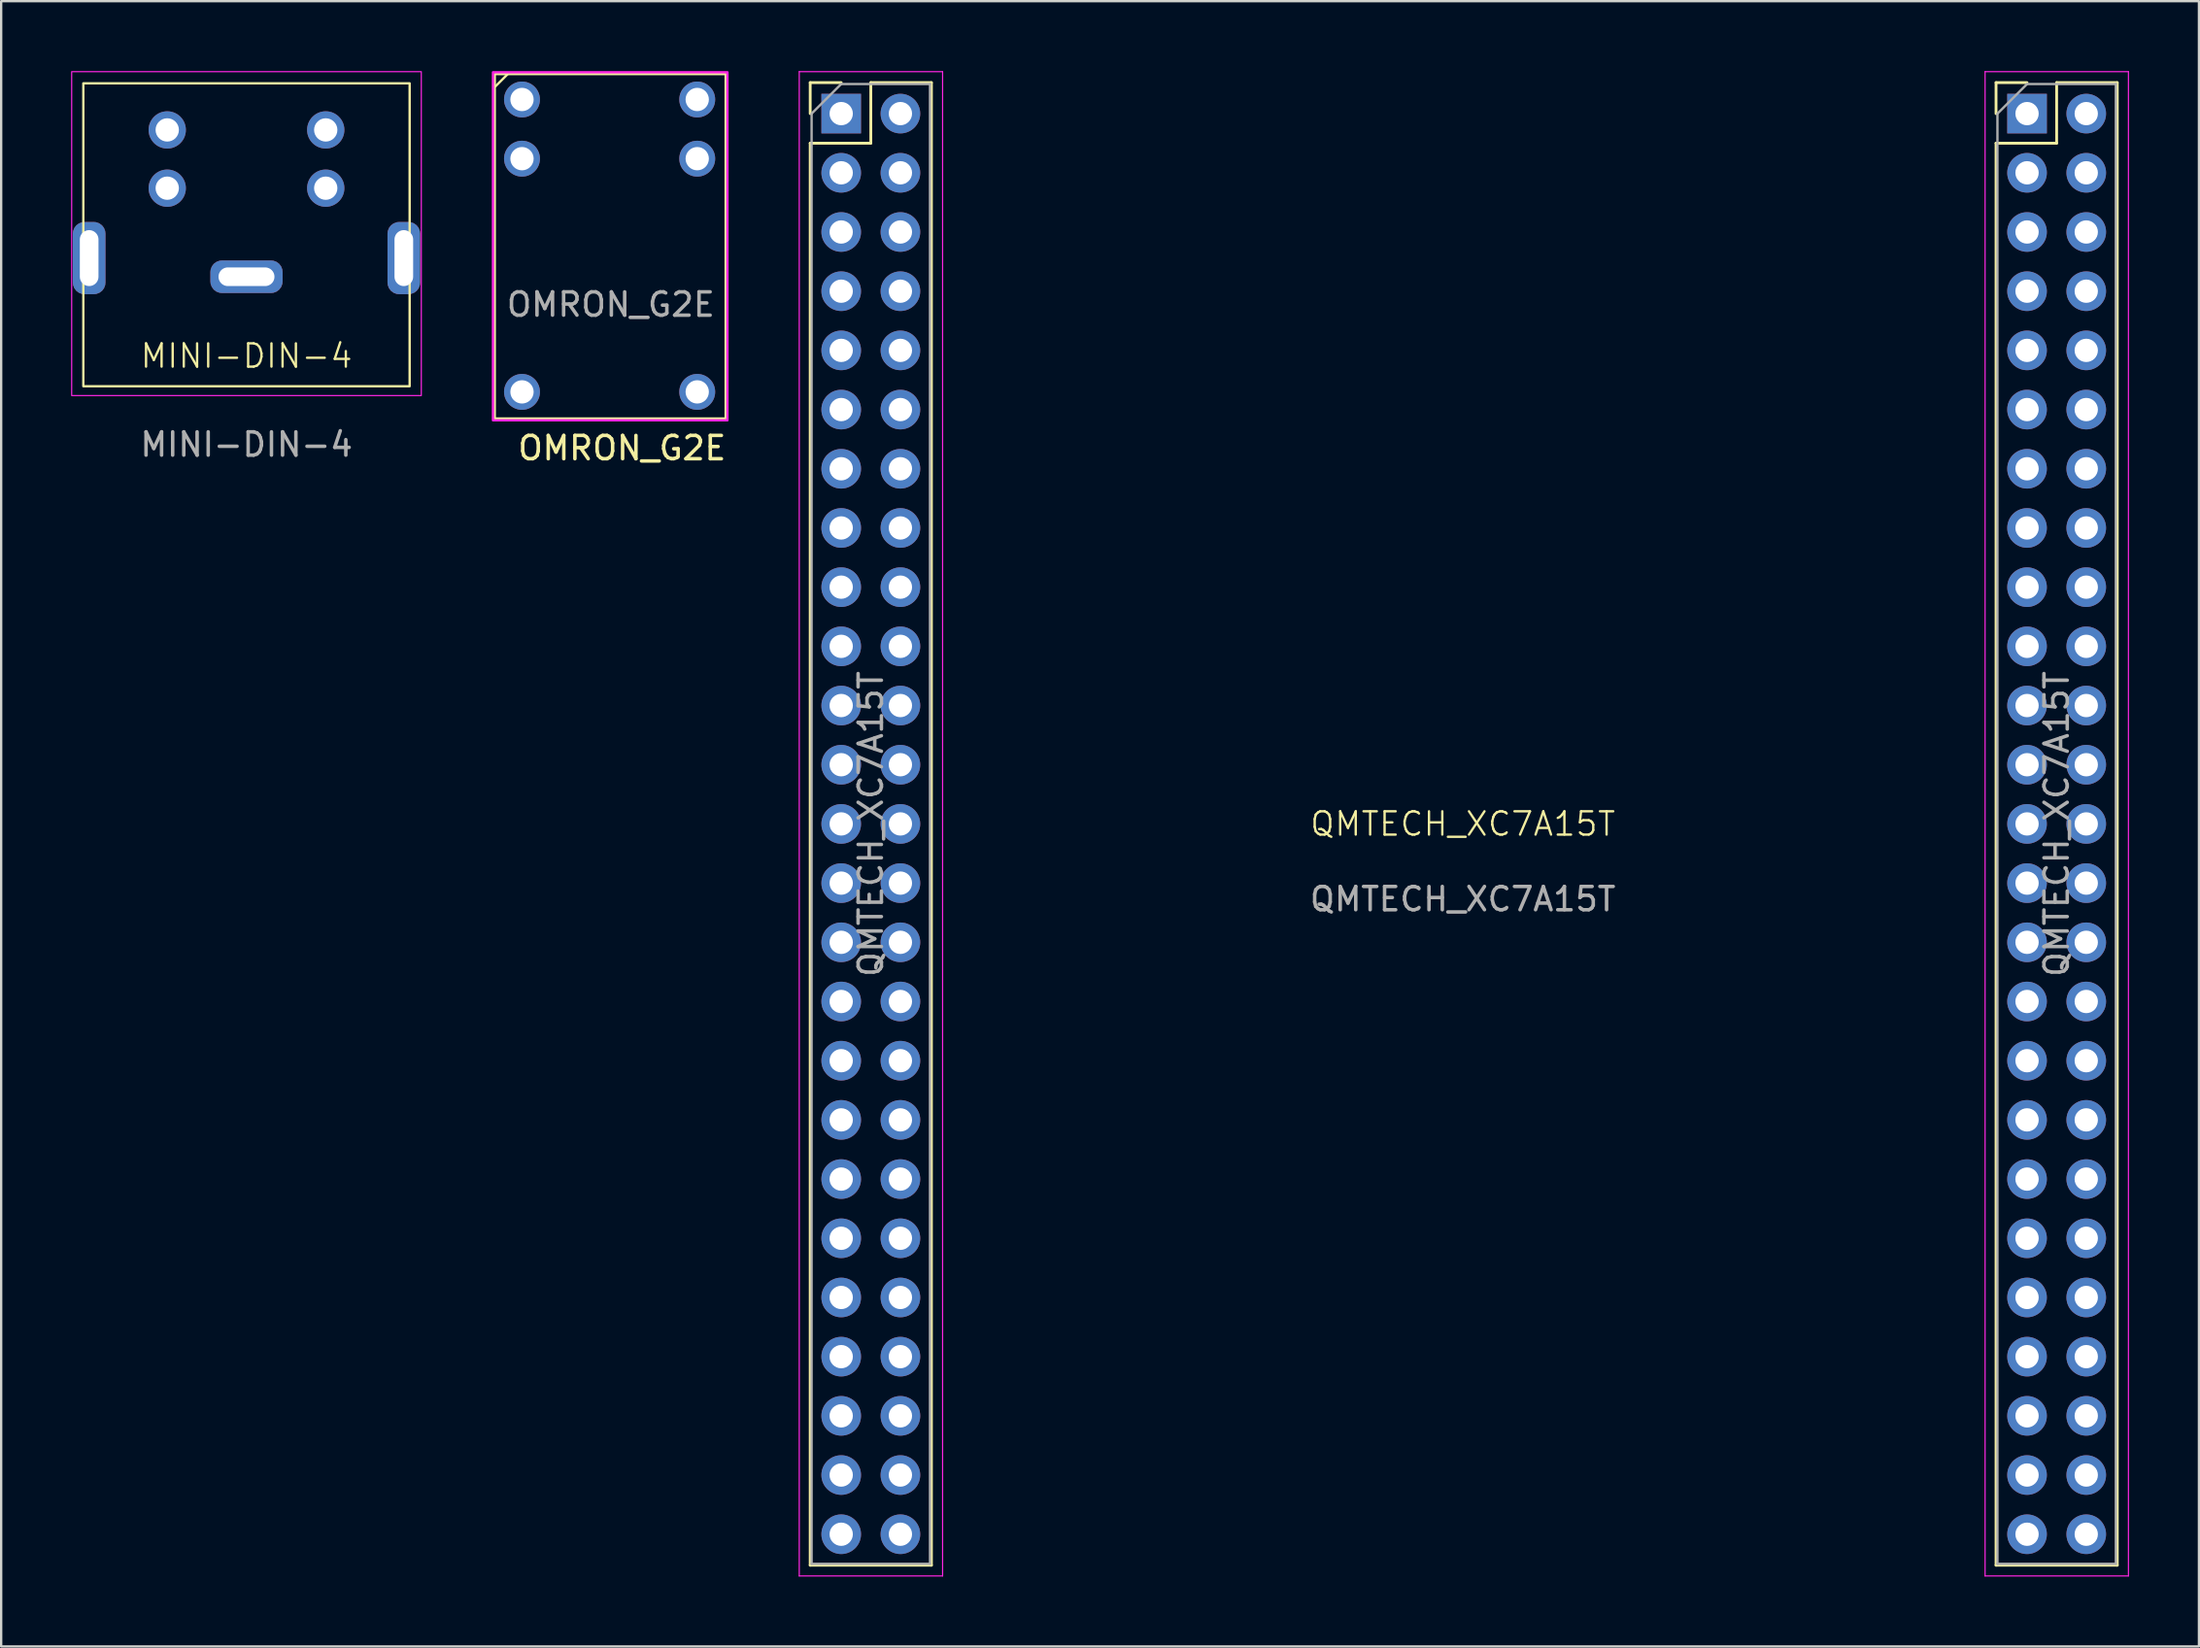
<source format=kicad_pcb>
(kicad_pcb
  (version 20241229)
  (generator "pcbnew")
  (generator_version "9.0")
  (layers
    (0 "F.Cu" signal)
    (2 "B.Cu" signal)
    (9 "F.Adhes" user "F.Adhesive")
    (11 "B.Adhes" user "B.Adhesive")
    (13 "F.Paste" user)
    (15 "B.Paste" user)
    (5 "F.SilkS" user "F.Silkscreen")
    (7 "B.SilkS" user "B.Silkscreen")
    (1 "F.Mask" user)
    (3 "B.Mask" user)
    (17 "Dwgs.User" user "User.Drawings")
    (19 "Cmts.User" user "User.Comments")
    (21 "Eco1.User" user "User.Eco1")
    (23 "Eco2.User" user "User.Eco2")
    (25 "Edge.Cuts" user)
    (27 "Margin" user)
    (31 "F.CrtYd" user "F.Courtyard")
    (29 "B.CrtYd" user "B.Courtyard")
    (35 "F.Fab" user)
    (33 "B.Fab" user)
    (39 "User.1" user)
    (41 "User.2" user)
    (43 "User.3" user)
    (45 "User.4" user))
  (footprint "QMTECH_XC7A15T"
    (layer "F.Cu")
    (at 59.71 32.305)
    (property "Reference" "QMTECH_XC7A15T" (at 0 0 0) (unlocked yes) (layer "F.SilkS") (effects (font (size 1 1) (thickness 0.1))))
    (attr through_hole)
    (fp_line (start -28 -31.81) (end -26.67 -31.81) (stroke (width 0.12) (type solid)) (layer "F.SilkS"))
    (fp_line (start -28 -30.48) (end -28 -31.81) (stroke (width 0.12) (type solid)) (layer "F.SilkS"))
    (fp_line (start -28 -29.21) (end -28 31.81) (stroke (width 0.12) (type solid)) (layer "F.SilkS"))
    (fp_line (start -28 -29.21) (end -25.4 -29.21) (stroke (width 0.12) (type solid)) (layer "F.SilkS"))
    (fp_line (start -28 31.81) (end -22.8 31.81) (stroke (width 0.12) (type solid)) (layer "F.SilkS"))
    (fp_line (start -25.4 -31.81) (end -22.8 -31.81) (stroke (width 0.12) (type solid)) (layer "F.SilkS"))
    (fp_line (start -25.4 -29.21) (end -25.4 -31.81) (stroke (width 0.12) (type solid)) (layer "F.SilkS"))
    (fp_line (start -22.8 -31.81) (end -22.8 31.81) (stroke (width 0.12) (type solid)) (layer "F.SilkS"))
    (fp_line (start 22.876 -31.81) (end 24.206 -31.81) (stroke (width 0.12) (type solid)) (layer "F.SilkS"))
    (fp_line (start 22.876 -30.48) (end 22.876 -31.81) (stroke (width 0.12) (type solid)) (layer "F.SilkS"))
    (fp_line (start 22.876 -29.21) (end 22.876 31.81) (stroke (width 0.12) (type solid)) (layer "F.SilkS"))
    (fp_line (start 22.876 -29.21) (end 25.476 -29.21) (stroke (width 0.12) (type solid)) (layer "F.SilkS"))
    (fp_line (start 22.876 31.81) (end 28.076 31.81) (stroke (width 0.12) (type solid)) (layer "F.SilkS"))
    (fp_line (start 25.476 -31.81) (end 28.076 -31.81) (stroke (width 0.12) (type solid)) (layer "F.SilkS"))
    (fp_line (start 25.476 -29.21) (end 25.476 -31.81) (stroke (width 0.12) (type solid)) (layer "F.SilkS"))
    (fp_line (start 28.076 -31.81) (end 28.076 31.81) (stroke (width 0.12) (type solid)) (layer "F.SilkS"))
    (fp_line (start -28.47 -32.28) (end -28.47 32.27) (stroke (width 0.05) (type solid)) (layer "F.CrtYd"))
    (fp_line (start -28.47 32.27) (end -22.32 32.27) (stroke (width 0.05) (type solid)) (layer "F.CrtYd"))
    (fp_line (start -22.32 -32.28) (end -28.47 -32.28) (stroke (width 0.05) (type solid)) (layer "F.CrtYd"))
    (fp_line (start -22.32 32.27) (end -22.32 -32.28) (stroke (width 0.05) (type solid)) (layer "F.CrtYd"))
    (fp_line (start 22.406 -32.28) (end 22.406 32.27) (stroke (width 0.05) (type solid)) (layer "F.CrtYd"))
    (fp_line (start 22.406 32.27) (end 28.556 32.27) (stroke (width 0.05) (type solid)) (layer "F.CrtYd"))
    (fp_line (start 28.556 -32.28) (end 22.406 -32.28) (stroke (width 0.05) (type solid)) (layer "F.CrtYd"))
    (fp_line (start 28.556 32.27) (end 28.556 -32.28) (stroke (width 0.05) (type solid)) (layer "F.CrtYd"))
    (fp_line (start -27.94 -30.48) (end -26.67 -31.75) (stroke (width 0.1) (type solid)) (layer "F.Fab"))
    (fp_line (start -27.94 31.75) (end -27.94 -30.48) (stroke (width 0.1) (type solid)) (layer "F.Fab"))
    (fp_line (start -26.67 -31.75) (end -22.86 -31.75) (stroke (width 0.1) (type solid)) (layer "F.Fab"))
    (fp_line (start -22.86 -31.75) (end -22.86 31.75) (stroke (width 0.1) (type solid)) (layer "F.Fab"))
    (fp_line (start -22.86 31.75) (end -27.94 31.75) (stroke (width 0.1) (type solid)) (layer "F.Fab"))
    (fp_line (start 22.936 -30.48) (end 24.206 -31.75) (stroke (width 0.1) (type solid)) (layer "F.Fab"))
    (fp_line (start 22.936 31.75) (end 22.936 -30.48) (stroke (width 0.1) (type solid)) (layer "F.Fab"))
    (fp_line (start 24.206 -31.75) (end 28.016 -31.75) (stroke (width 0.1) (type solid)) (layer "F.Fab"))
    (fp_line (start 28.016 -31.75) (end 28.016 31.75) (stroke (width 0.1) (type solid)) (layer "F.Fab"))
    (fp_line (start 28.016 31.75) (end 22.936 31.75) (stroke (width 0.1) (type solid)) (layer "F.Fab"))
    (fp_text user "${REFERENCE}" (at -25.4 0 90) (layer "F.Fab") (effects (font (size 1 1) (thickness 0.15))))
    (fp_text user "${REFERENCE}" (at 25.476 0 90) (layer "F.Fab") (effects (font (size 1 1) (thickness 0.15))))
    (fp_text user "${REFERENCE}" (at 0 3.227 0) (unlocked yes) (layer "F.Fab") (effects (font (size 1 1) (thickness 0.15))))
    (pad "1" thru_hole rect (at 24.206 -30.48) (size 1.7 1.7) (drill 1) (layers "*.Cu" "*.Mask"))
    (pad "2" thru_hole oval (at 26.746 -30.48) (size 1.7 1.7) (drill 1) (layers "*.Cu" "*.Mask"))
    (pad "3" thru_hole oval (at 24.206 -27.94) (size 1.7 1.7) (drill 1) (layers "*.Cu" "*.Mask"))
    (pad "4" thru_hole oval (at 26.746 -27.94) (size 1.7 1.7) (drill 1) (layers "*.Cu" "*.Mask"))
    (pad "5" thru_hole oval (at 24.206 -25.4) (size 1.7 1.7) (drill 1) (layers "*.Cu" "*.Mask"))
    (pad "6" thru_hole oval (at 26.746 -25.4) (size 1.7 1.7) (drill 1) (layers "*.Cu" "*.Mask"))
    (pad "7" thru_hole oval (at 24.206 -22.86) (size 1.7 1.7) (drill 1) (layers "*.Cu" "*.Mask"))
    (pad "8" thru_hole oval (at 26.746 -22.86) (size 1.7 1.7) (drill 1) (layers "*.Cu" "*.Mask"))
    (pad "9" thru_hole oval (at 24.206 -20.32) (size 1.7 1.7) (drill 1) (layers "*.Cu" "*.Mask"))
    (pad "10" thru_hole oval (at 26.746 -20.32) (size 1.7 1.7) (drill 1) (layers "*.Cu" "*.Mask"))
    (pad "11" thru_hole oval (at 24.206 -17.78) (size 1.7 1.7) (drill 1) (layers "*.Cu" "*.Mask"))
    (pad "12" thru_hole oval (at 26.746 -17.78) (size 1.7 1.7) (drill 1) (layers "*.Cu" "*.Mask"))
    (pad "13" thru_hole oval (at 24.206 -15.24) (size 1.7 1.7) (drill 1) (layers "*.Cu" "*.Mask"))
    (pad "14" thru_hole oval (at 26.746 -15.24) (size 1.7 1.7) (drill 1) (layers "*.Cu" "*.Mask"))
    (pad "15" thru_hole oval (at 24.206 -12.7) (size 1.7 1.7) (drill 1) (layers "*.Cu" "*.Mask"))
    (pad "16" thru_hole oval (at 26.746 -12.7) (size 1.7 1.7) (drill 1) (layers "*.Cu" "*.Mask"))
    (pad "17" thru_hole oval (at 24.206 -10.16) (size 1.7 1.7) (drill 1) (layers "*.Cu" "*.Mask"))
    (pad "18" thru_hole oval (at 26.746 -10.16) (size 1.7 1.7) (drill 1) (layers "*.Cu" "*.Mask"))
    (pad "19" thru_hole oval (at 24.206 -7.62) (size 1.7 1.7) (drill 1) (layers "*.Cu" "*.Mask"))
    (pad "20" thru_hole oval (at 26.746 -7.62) (size 1.7 1.7) (drill 1) (layers "*.Cu" "*.Mask"))
    (pad "21" thru_hole oval (at 24.206 -5.08) (size 1.7 1.7) (drill 1) (layers "*.Cu" "*.Mask"))
    (pad "22" thru_hole oval (at 26.746 -5.08) (size 1.7 1.7) (drill 1) (layers "*.Cu" "*.Mask"))
    (pad "23" thru_hole oval (at 24.206 -2.54) (size 1.7 1.7) (drill 1) (layers "*.Cu" "*.Mask"))
    (pad "24" thru_hole oval (at 26.746 -2.54) (size 1.7 1.7) (drill 1) (layers "*.Cu" "*.Mask"))
    (pad "25" thru_hole oval (at 24.206 0) (size 1.7 1.7) (drill 1) (layers "*.Cu" "*.Mask"))
    (pad "26" thru_hole oval (at 26.746 0) (size 1.7 1.7) (drill 1) (layers "*.Cu" "*.Mask"))
    (pad "27" thru_hole oval (at 24.206 2.54) (size 1.7 1.7) (drill 1) (layers "*.Cu" "*.Mask"))
    (pad "28" thru_hole oval (at 26.746 2.54) (size 1.7 1.7) (drill 1) (layers "*.Cu" "*.Mask"))
    (pad "29" thru_hole oval (at 24.206 5.08) (size 1.7 1.7) (drill 1) (layers "*.Cu" "*.Mask"))
    (pad "30" thru_hole oval (at 26.746 5.08) (size 1.7 1.7) (drill 1) (layers "*.Cu" "*.Mask"))
    (pad "31" thru_hole oval (at 24.206 7.62) (size 1.7 1.7) (drill 1) (layers "*.Cu" "*.Mask"))
    (pad "32" thru_hole oval (at 26.746 7.62) (size 1.7 1.7) (drill 1) (layers "*.Cu" "*.Mask"))
    (pad "33" thru_hole oval (at 24.206 10.16) (size 1.7 1.7) (drill 1) (layers "*.Cu" "*.Mask"))
    (pad "34" thru_hole oval (at 26.746 10.16) (size 1.7 1.7) (drill 1) (layers "*.Cu" "*.Mask"))
    (pad "35" thru_hole oval (at 24.206 12.7) (size 1.7 1.7) (drill 1) (layers "*.Cu" "*.Mask"))
    (pad "36" thru_hole oval (at 26.746 12.7) (size 1.7 1.7) (drill 1) (layers "*.Cu" "*.Mask"))
    (pad "37" thru_hole oval (at 24.206 15.24) (size 1.7 1.7) (drill 1) (layers "*.Cu" "*.Mask"))
    (pad "38" thru_hole oval (at 26.746 15.24) (size 1.7 1.7) (drill 1) (layers "*.Cu" "*.Mask"))
    (pad "39" thru_hole oval (at 24.206 17.78) (size 1.7 1.7) (drill 1) (layers "*.Cu" "*.Mask"))
    (pad "40" thru_hole oval (at 26.746 17.78) (size 1.7 1.7) (drill 1) (layers "*.Cu" "*.Mask"))
    (pad "41" thru_hole oval (at 24.206 20.32) (size 1.7 1.7) (drill 1) (layers "*.Cu" "*.Mask"))
    (pad "42" thru_hole oval (at 26.746 20.32) (size 1.7 1.7) (drill 1) (layers "*.Cu" "*.Mask"))
    (pad "43" thru_hole oval (at 24.206 22.86) (size 1.7 1.7) (drill 1) (layers "*.Cu" "*.Mask"))
    (pad "44" thru_hole oval (at 26.746 22.86) (size 1.7 1.7) (drill 1) (layers "*.Cu" "*.Mask"))
    (pad "45" thru_hole oval (at 24.206 25.4) (size 1.7 1.7) (drill 1) (layers "*.Cu" "*.Mask"))
    (pad "46" thru_hole oval (at 26.746 25.4) (size 1.7 1.7) (drill 1) (layers "*.Cu" "*.Mask"))
    (pad "47" thru_hole oval (at 24.206 27.94) (size 1.7 1.7) (drill 1) (layers "*.Cu" "*.Mask"))
    (pad "48" thru_hole oval (at 26.746 27.94) (size 1.7 1.7) (drill 1) (layers "*.Cu" "*.Mask"))
    (pad "49" thru_hole oval (at 24.206 30.48) (size 1.7 1.7) (drill 1) (layers "*.Cu" "*.Mask"))
    (pad "50" thru_hole oval (at 26.746 30.48) (size 1.7 1.7) (drill 1) (layers "*.Cu" "*.Mask"))
    (pad "51" thru_hole rect (at -26.67 -30.48) (size 1.7 1.7) (drill 1) (layers "*.Cu" "*.Mask"))
    (pad "52" thru_hole oval (at -24.13 -30.48) (size 1.7 1.7) (drill 1) (layers "*.Cu" "*.Mask"))
    (pad "53" thru_hole oval (at -26.67 -27.94) (size 1.7 1.7) (drill 1) (layers "*.Cu" "*.Mask"))
    (pad "54" thru_hole oval (at -24.13 -27.94) (size 1.7 1.7) (drill 1) (layers "*.Cu" "*.Mask"))
    (pad "55" thru_hole oval (at -26.67 -25.4) (size 1.7 1.7) (drill 1) (layers "*.Cu" "*.Mask"))
    (pad "56" thru_hole oval (at -24.13 -25.4) (size 1.7 1.7) (drill 1) (layers "*.Cu" "*.Mask"))
    (pad "57" thru_hole oval (at -26.67 -22.86) (size 1.7 1.7) (drill 1) (layers "*.Cu" "*.Mask"))
    (pad "58" thru_hole oval (at -24.13 -22.86) (size 1.7 1.7) (drill 1) (layers "*.Cu" "*.Mask"))
    (pad "59" thru_hole oval (at -26.67 -20.32) (size 1.7 1.7) (drill 1) (layers "*.Cu" "*.Mask"))
    (pad "60" thru_hole oval (at -24.13 -20.32) (size 1.7 1.7) (drill 1) (layers "*.Cu" "*.Mask"))
    (pad "61" thru_hole oval (at -26.67 -17.78) (size 1.7 1.7) (drill 1) (layers "*.Cu" "*.Mask"))
    (pad "62" thru_hole oval (at -24.13 -17.78) (size 1.7 1.7) (drill 1) (layers "*.Cu" "*.Mask"))
    (pad "63" thru_hole oval (at -26.67 -15.24) (size 1.7 1.7) (drill 1) (layers "*.Cu" "*.Mask"))
    (pad "64" thru_hole oval (at -24.13 -15.24) (size 1.7 1.7) (drill 1) (layers "*.Cu" "*.Mask"))
    (pad "65" thru_hole oval (at -26.67 -12.7) (size 1.7 1.7) (drill 1) (layers "*.Cu" "*.Mask"))
    (pad "66" thru_hole oval (at -24.13 -12.7) (size 1.7 1.7) (drill 1) (layers "*.Cu" "*.Mask"))
    (pad "67" thru_hole oval (at -26.67 -10.16) (size 1.7 1.7) (drill 1) (layers "*.Cu" "*.Mask"))
    (pad "68" thru_hole oval (at -24.13 -10.16) (size 1.7 1.7) (drill 1) (layers "*.Cu" "*.Mask"))
    (pad "69" thru_hole oval (at -26.67 -7.62) (size 1.7 1.7) (drill 1) (layers "*.Cu" "*.Mask"))
    (pad "70" thru_hole oval (at -24.13 -7.62) (size 1.7 1.7) (drill 1) (layers "*.Cu" "*.Mask"))
    (pad "71" thru_hole oval (at -26.67 -5.08) (size 1.7 1.7) (drill 1) (layers "*.Cu" "*.Mask"))
    (pad "72" thru_hole oval (at -24.13 -5.08) (size 1.7 1.7) (drill 1) (layers "*.Cu" "*.Mask"))
    (pad "73" thru_hole oval (at -26.67 -2.54) (size 1.7 1.7) (drill 1) (layers "*.Cu" "*.Mask"))
    (pad "74" thru_hole oval (at -24.13 -2.54) (size 1.7 1.7) (drill 1) (layers "*.Cu" "*.Mask"))
    (pad "75" thru_hole oval (at -26.67 0) (size 1.7 1.7) (drill 1) (layers "*.Cu" "*.Mask"))
    (pad "76" thru_hole oval (at -24.13 0) (size 1.7 1.7) (drill 1) (layers "*.Cu" "*.Mask"))
    (pad "77" thru_hole oval (at -26.67 2.54) (size 1.7 1.7) (drill 1) (layers "*.Cu" "*.Mask"))
    (pad "78" thru_hole oval (at -24.13 2.54) (size 1.7 1.7) (drill 1) (layers "*.Cu" "*.Mask"))
    (pad "79" thru_hole oval (at -26.67 5.08) (size 1.7 1.7) (drill 1) (layers "*.Cu" "*.Mask"))
    (pad "80" thru_hole oval (at -24.13 5.08) (size 1.7 1.7) (drill 1) (layers "*.Cu" "*.Mask"))
    (pad "81" thru_hole oval (at -26.67 7.62) (size 1.7 1.7) (drill 1) (layers "*.Cu" "*.Mask"))
    (pad "82" thru_hole oval (at -24.13 7.62) (size 1.7 1.7) (drill 1) (layers "*.Cu" "*.Mask"))
    (pad "83" thru_hole oval (at -26.67 10.16) (size 1.7 1.7) (drill 1) (layers "*.Cu" "*.Mask"))
    (pad "84" thru_hole oval (at -24.13 10.16) (size 1.7 1.7) (drill 1) (layers "*.Cu" "*.Mask"))
    (pad "85" thru_hole oval (at -26.67 12.7) (size 1.7 1.7) (drill 1) (layers "*.Cu" "*.Mask"))
    (pad "86" thru_hole oval (at -24.13 12.7) (size 1.7 1.7) (drill 1) (layers "*.Cu" "*.Mask"))
    (pad "87" thru_hole oval (at -26.67 15.24) (size 1.7 1.7) (drill 1) (layers "*.Cu" "*.Mask"))
    (pad "88" thru_hole oval (at -24.13 15.24) (size 1.7 1.7) (drill 1) (layers "*.Cu" "*.Mask"))
    (pad "89" thru_hole oval (at -26.67 17.78) (size 1.7 1.7) (drill 1) (layers "*.Cu" "*.Mask"))
    (pad "90" thru_hole oval (at -24.13 17.78) (size 1.7 1.7) (drill 1) (layers "*.Cu" "*.Mask"))
    (pad "91" thru_hole oval (at -26.67 20.32) (size 1.7 1.7) (drill 1) (layers "*.Cu" "*.Mask"))
    (pad "92" thru_hole oval (at -24.13 20.32) (size 1.7 1.7) (drill 1) (layers "*.Cu" "*.Mask"))
    (pad "93" thru_hole oval (at -26.67 22.86) (size 1.7 1.7) (drill 1) (layers "*.Cu" "*.Mask"))
    (pad "94" thru_hole oval (at -24.13 22.86) (size 1.7 1.7) (drill 1) (layers "*.Cu" "*.Mask"))
    (pad "95" thru_hole oval (at -26.67 25.4) (size 1.7 1.7) (drill 1) (layers "*.Cu" "*.Mask"))
    (pad "96" thru_hole oval (at -24.13 25.4) (size 1.7 1.7) (drill 1) (layers "*.Cu" "*.Mask"))
    (pad "97" thru_hole oval (at -26.67 27.94) (size 1.7 1.7) (drill 1) (layers "*.Cu" "*.Mask"))
    (pad "98" thru_hole oval (at -24.13 27.94) (size 1.7 1.7) (drill 1) (layers "*.Cu" "*.Mask"))
    (pad "99" thru_hole oval (at -26.67 30.48) (size 1.7 1.7) (drill 1) (layers "*.Cu" "*.Mask"))
    (pad "100" thru_hole oval (at -24.13 30.48) (size 1.7 1.7) (drill 1) (layers "*.Cu" "*.Mask")))
  (footprint "OMRON_G2E"
    (layer "F.Cu")
    (at 23.155 7.518)
    (property "Reference" "OMRON_G2E" (at 0.483 8.661 0) (unlocked yes) (layer "F.SilkS") (effects (font (size 1 1) (thickness 0.15))))
    (attr through_hole)
    (fp_line (start -4.953 -6.858) (end -4.42 -7.391) (stroke (width 0.1) (type default)) (layer "F.SilkS"))
    (fp_rect (start -4.978 -7.391) (end 4.928 7.391) (stroke (width 0.1) (type default)) (fill no) (layer "F.SilkS"))
    (fp_rect (start -5.055 -7.468) (end 5.004 7.468) (stroke (width 0.1) (type default)) (fill no) (layer "F.CrtYd"))
    (fp_text user "${REFERENCE}" (at 0 2.5 0) (unlocked yes) (layer "F.Fab") (effects (font (size 1 1) (thickness 0.15))))
    (pad "1" thru_hole circle (at -3.81 -6.299) (size 1.54 1.54) (drill 1) (layers "*.Cu" "*.Mask"))
    (pad "2" thru_hole circle (at -3.81 -3.759) (size 1.54 1.54) (drill 1) (layers "*.Cu" "*.Mask"))
    (pad "3" thru_hole circle (at -3.81 6.248) (size 1.54 1.54) (drill 1) (layers "*.Cu" "*.Mask"))
    (pad "4" thru_hole circle (at 3.708 6.248) (size 1.54 1.54) (drill 1) (layers "*.Cu" "*.Mask"))
    (pad "5" thru_hole circle (at 3.708 -3.759) (size 1.54 1.54) (drill 1) (layers "*.Cu" "*.Mask"))
    (pad "6" thru_hole circle (at 3.708 -6.299) (size 1.54 1.54) (drill 1) (layers "*.Cu" "*.Mask")))
  (footprint "MINI-DIN-4"
    (layer "F.Cu")
    (at 7.525 13.525)
    (property "Reference" "MINI-DIN-4" (at 0 -1.3 0) (unlocked yes) (layer "F.SilkS") (effects (font (size 1 1) (thickness 0.1))))
    (attr smd)
    (fp_rect (start -7 -13) (end 7 0) (stroke (width 0.1) (type solid)) (fill no) (layer "F.SilkS"))
    (fp_rect (start -7.5 -13.5) (end 7.5 0.4) (stroke (width 0.05) (type default)) (fill no) (layer "F.CrtYd"))
    (fp_text user "${REFERENCE}" (at 0 2.5 0) (unlocked yes) (layer "F.Fab") (effects (font (size 1 1) (thickness 0.15))))
    (pad "1" thru_hole circle (at 3.4 -8.5 90) (size 1.6 1.6) (drill 1) (layers "*.Cu" "*.Mask"))
    (pad "2" thru_hole circle (at -3.4 -8.5 90) (size 1.6 1.6) (drill 1) (layers "*.Cu" "*.Mask"))
    (pad "3" thru_hole circle (at 3.4 -11 90) (size 1.6 1.6) (drill 1) (layers "*.Cu" "*.Mask"))
    (pad "4" thru_hole circle (at -3.4 -11 90) (size 1.6 1.6) (drill 1) (layers "*.Cu" "*.Mask"))
    (pad "MH" thru_hole roundrect (at -6.75 -5.5 90) (size 3.1 1.4) (drill oval 2.4 0.8) (layers "*.Cu" "*.Mask") (roundrect_rratio 0.357))
    (pad "MH" thru_hole roundrect (at 0 -4.7) (size 3.1 1.4) (drill oval 2.4 0.8) (layers "*.Cu" "*.Mask") (roundrect_rratio 0.357))
    (pad "MH" thru_hole roundrect (at 6.75 -5.5 90) (size 3.1 1.4) (drill oval 2.4 0.8) (layers "*.Cu" "*.Mask") (roundrect_rratio 0.357)))
  (gr_rect
    (start -3 -3)
    (end 91.291 67.6)
    (stroke (width 0.1) (type default))
    (fill no)
    (layer "Edge.Cuts")))
</source>
